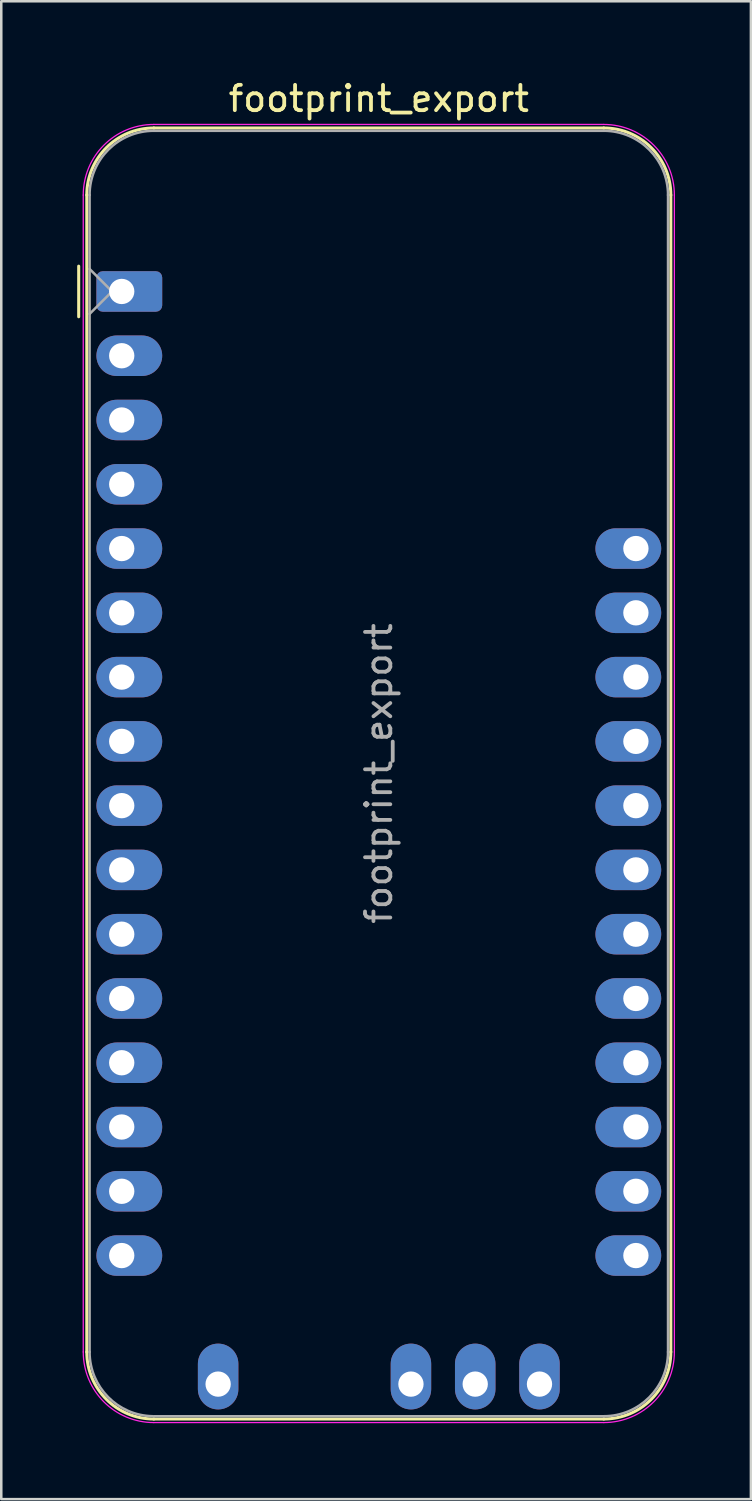
<source format=kicad_pcb>
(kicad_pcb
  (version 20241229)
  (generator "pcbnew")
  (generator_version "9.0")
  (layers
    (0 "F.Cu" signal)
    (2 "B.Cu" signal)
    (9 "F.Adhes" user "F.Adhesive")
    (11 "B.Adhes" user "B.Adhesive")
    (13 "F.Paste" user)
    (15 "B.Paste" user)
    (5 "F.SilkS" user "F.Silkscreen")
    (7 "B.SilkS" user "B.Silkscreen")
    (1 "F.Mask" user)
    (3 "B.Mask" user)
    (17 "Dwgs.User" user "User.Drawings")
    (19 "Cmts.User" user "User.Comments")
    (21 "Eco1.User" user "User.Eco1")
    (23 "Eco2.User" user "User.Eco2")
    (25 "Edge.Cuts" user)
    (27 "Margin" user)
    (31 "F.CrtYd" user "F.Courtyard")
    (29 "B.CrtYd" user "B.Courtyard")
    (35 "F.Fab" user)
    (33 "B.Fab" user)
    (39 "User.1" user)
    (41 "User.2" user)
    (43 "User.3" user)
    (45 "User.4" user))
  (footprint "footprint_export"
    (layer "F.Cu")
    (at 1.76 8.468)
    (property "Reference" "footprint_export" (at 10.16 -7.62 0) (layer "F.SilkS") (effects (font (size 1 1) (thickness 0.15))))
    (attr through_hole)
    (fp_line (start -1.7 1) (end -1.7 -1) (stroke (width 0.12) (type solid)) (layer "F.SilkS"))
    (fp_line (start -1.38 -3.81) (end -1.38 41.91) (stroke (width 0.12) (type solid)) (layer "F.SilkS"))
    (fp_line (start 19.05 -6.46) (end 1.27 -6.46) (stroke (width 0.12) (type solid)) (layer "F.SilkS"))
    (fp_line (start 19.05 44.56) (end 1.27 44.56) (stroke (width 0.12) (type solid)) (layer "F.SilkS"))
    (fp_line (start 21.7 -3.81) (end 21.7 41.91) (stroke (width 0.12) (type solid)) (layer "F.SilkS"))
    (fp_arc (start -1.38 -3.81) (mid -0.603833 -5.683833) (end 1.27 -6.46) (stroke (width 0.12) (type solid)) (layer "F.SilkS"))
    (fp_arc (start 1.27 44.56) (mid -0.603833 43.783833) (end -1.38 41.91) (stroke (width 0.12) (type solid)) (layer "F.SilkS"))
    (fp_arc (start 19.05 -6.46) (mid 20.923833 -5.683833) (end 21.7 -3.81) (stroke (width 0.12) (type solid)) (layer "F.SilkS"))
    (fp_arc (start 21.7 41.91) (mid 20.923833 43.783833) (end 19.05 44.56) (stroke (width 0.12) (type solid)) (layer "F.SilkS"))
    (fp_line (start -1.52 41.91) (end -1.52 -3.81) (stroke (width 0.05) (type solid)) (layer "F.CrtYd"))
    (fp_line (start 19.05 -6.6) (end 1.27 -6.6) (stroke (width 0.05) (type solid)) (layer "F.CrtYd"))
    (fp_line (start 19.05 44.7) (end 1.27 44.7) (stroke (width 0.05) (type solid)) (layer "F.CrtYd"))
    (fp_line (start 21.84 41.91) (end 21.84 -3.81) (stroke (width 0.05) (type solid)) (layer "F.CrtYd"))
    (fp_arc (start -1.52 -3.81) (mid -0.702828 -5.782828) (end 1.27 -6.6) (stroke (width 0.05) (type solid)) (layer "F.CrtYd"))
    (fp_arc (start 1.27 44.7) (mid -0.702828 43.882828) (end -1.52 41.91) (stroke (width 0.05) (type solid)) (layer "F.CrtYd"))
    (fp_arc (start 19.05 -6.6) (mid 21.022828 -5.782828) (end 21.84 -3.81) (stroke (width 0.05) (type solid)) (layer "F.CrtYd"))
    (fp_arc (start 21.84 41.91) (mid 21.022828 43.882828) (end 19.05 44.7) (stroke (width 0.05) (type solid)) (layer "F.CrtYd"))
    (fp_line (start -1.27 -3.81) (end -1.27 41.91) (stroke (width 0.1) (type solid)) (layer "F.Fab"))
    (fp_line (start -1.27 -0.889) (end -0.381 0) (stroke (width 0.1) (type solid)) (layer "F.Fab"))
    (fp_line (start -0.381 0) (end -1.27 0.889) (stroke (width 0.1) (type solid)) (layer "F.Fab"))
    (fp_line (start 1.27 44.45) (end 19.05 44.45) (stroke (width 0.1) (type solid)) (layer "F.Fab"))
    (fp_line (start 19.05 -6.35) (end 1.27 -6.35) (stroke (width 0.1) (type solid)) (layer "F.Fab"))
    (fp_line (start 21.59 41.91) (end 21.59 -3.81) (stroke (width 0.1) (type solid)) (layer "F.Fab"))
    (fp_arc (start -1.27 -3.81) (mid -0.526051 -5.606051) (end 1.27 -6.35) (stroke (width 0.1) (type solid)) (layer "F.Fab"))
    (fp_arc (start 1.221238 44.449532) (mid -0.543209 43.688728) (end -1.27 41.91) (stroke (width 0.1) (type solid)) (layer "F.Fab"))
    (fp_arc (start 19.05 -6.35) (mid 20.846051 -5.606051) (end 21.59 -3.81) (stroke (width 0.1) (type solid)) (layer "F.Fab"))
    (fp_arc (start 21.59 41.91) (mid 20.846051 43.706051) (end 19.05 44.45) (stroke (width 0.1) (type solid)) (layer "F.Fab"))
    (fp_text user "${REFERENCE}" (at 10.16 19.05 270) (layer "F.Fab") (effects (font (size 1 1) (thickness 0.15))))
    (pad "1" thru_hole roundrect (at 0 0) (size 2.6 1.6) (drill 1 (offset 0.3 0)) (layers "*.Cu" "*.Mask") (roundrect_rratio 0.156))
    (pad "2" thru_hole oval (at 0 2.54) (size 2.6 1.6) (drill 1 (offset 0.3 0)) (layers "*.Cu" "*.Mask"))
    (pad "3" thru_hole oval (at 0 5.08) (size 2.6 1.6) (drill 1 (offset 0.3 0)) (layers "*.Cu" "*.Mask"))
    (pad "4" thru_hole oval (at 0 7.62) (size 2.6 1.6) (drill 1 (offset 0.3 0)) (layers "*.Cu" "*.Mask"))
    (pad "5" thru_hole oval (at 0 10.16) (size 2.6 1.6) (drill 1 (offset 0.3 0)) (layers "*.Cu" "*.Mask"))
    (pad "6" thru_hole oval (at 0 12.7) (size 2.6 1.6) (drill 1 (offset 0.3 0)) (layers "*.Cu" "*.Mask"))
    (pad "7" thru_hole oval (at 0 15.24) (size 2.6 1.6) (drill 1 (offset 0.3 0)) (layers "*.Cu" "*.Mask"))
    (pad "8" thru_hole oval (at 0 17.78) (size 2.6 1.6) (drill 1 (offset 0.3 0)) (layers "*.Cu" "*.Mask"))
    (pad "9" thru_hole oval (at 0 20.32) (size 2.6 1.6) (drill 1 (offset 0.3 0)) (layers "*.Cu" "*.Mask"))
    (pad "10" thru_hole oval (at 0 22.86) (size 2.6 1.6) (drill 1 (offset 0.3 0)) (layers "*.Cu" "*.Mask"))
    (pad "11" thru_hole oval (at 0 25.4) (size 2.6 1.6) (drill 1 (offset 0.3 0)) (layers "*.Cu" "*.Mask"))
    (pad "12" thru_hole oval (at 0 27.94) (size 2.6 1.6) (drill 1 (offset 0.3 0)) (layers "*.Cu" "*.Mask"))
    (pad "13" thru_hole oval (at 0 30.48) (size 2.6 1.6) (drill 1 (offset 0.3 0)) (layers "*.Cu" "*.Mask"))
    (pad "14" thru_hole oval (at 0 33.02) (size 2.6 1.6) (drill 1 (offset 0.3 0)) (layers "*.Cu" "*.Mask"))
    (pad "15" thru_hole oval (at 0 35.56) (size 2.6 1.6) (drill 1 (offset 0.3 0)) (layers "*.Cu" "*.Mask"))
    (pad "16" thru_hole oval (at 0 38.1) (size 2.6 1.6) (drill 1 (offset 0.3 0)) (layers "*.Cu" "*.Mask"))
    (pad "17" thru_hole oval (at 20.32 38.1 180) (size 2.6 1.6) (drill 1 (offset 0.3 0)) (layers "*.Cu" "*.Mask"))
    (pad "18" thru_hole oval (at 20.32 35.56 180) (size 2.6 1.6) (drill 1 (offset 0.3 0)) (layers "*.Cu" "*.Mask"))
    (pad "19" thru_hole oval (at 20.32 33.02 180) (size 2.6 1.6) (drill 1 (offset 0.3 0)) (layers "*.Cu" "*.Mask"))
    (pad "20" thru_hole oval (at 20.32 30.48 180) (size 2.6 1.6) (drill 1 (offset 0.3 0)) (layers "*.Cu" "*.Mask"))
    (pad "21" thru_hole oval (at 20.32 27.94 180) (size 2.6 1.6) (drill 1 (offset 0.3 0)) (layers "*.Cu" "*.Mask"))
    (pad "22" thru_hole oval (at 20.32 25.4 180) (size 2.6 1.6) (drill 1 (offset 0.3 0)) (layers "*.Cu" "*.Mask"))
    (pad "23" thru_hole oval (at 20.32 22.86 180) (size 2.6 1.6) (drill 1 (offset 0.3 0)) (layers "*.Cu" "*.Mask"))
    (pad "24" thru_hole oval (at 20.32 20.32 180) (size 2.6 1.6) (drill 1 (offset 0.3 0)) (layers "*.Cu" "*.Mask"))
    (pad "25" thru_hole oval (at 20.32 17.78 180) (size 2.6 1.6) (drill 1 (offset 0.3 0)) (layers "*.Cu" "*.Mask"))
    (pad "26" thru_hole oval (at 20.32 15.24 180) (size 2.6 1.6) (drill 1 (offset 0.3 0)) (layers "*.Cu" "*.Mask"))
    (pad "27" thru_hole oval (at 20.32 12.7 180) (size 2.6 1.6) (drill 1 (offset 0.3 0)) (layers "*.Cu" "*.Mask"))
    (pad "28" thru_hole oval (at 20.32 10.16 180) (size 2.6 1.6) (drill 1 (offset 0.3 0)) (layers "*.Cu" "*.Mask"))
    (pad "29" thru_hole oval (at 3.81 43.18 90) (size 2.6 1.6) (drill 1 (offset 0.3 0)) (layers "*.Cu" "*.Mask"))
    (pad "30" thru_hole oval (at 11.43 43.18 90) (size 2.6 1.6) (drill 1 (offset 0.3 0)) (layers "*.Cu" "*.Mask"))
    (pad "31" thru_hole oval (at 13.97 43.18 90) (size 2.6 1.6) (drill 1 (offset 0.3 0)) (layers "*.Cu" "*.Mask"))
    (pad "32" thru_hole oval (at 16.51 43.18 90) (size 2.6 1.6) (drill 1 (offset 0.3 0)) (layers "*.Cu" "*.Mask")))
  (gr_rect
    (start -3 -3)
    (end 26.625 56.193)
    (stroke (width 0.1) (type default))
    (fill no)
    (layer "Edge.Cuts")))
</source>
